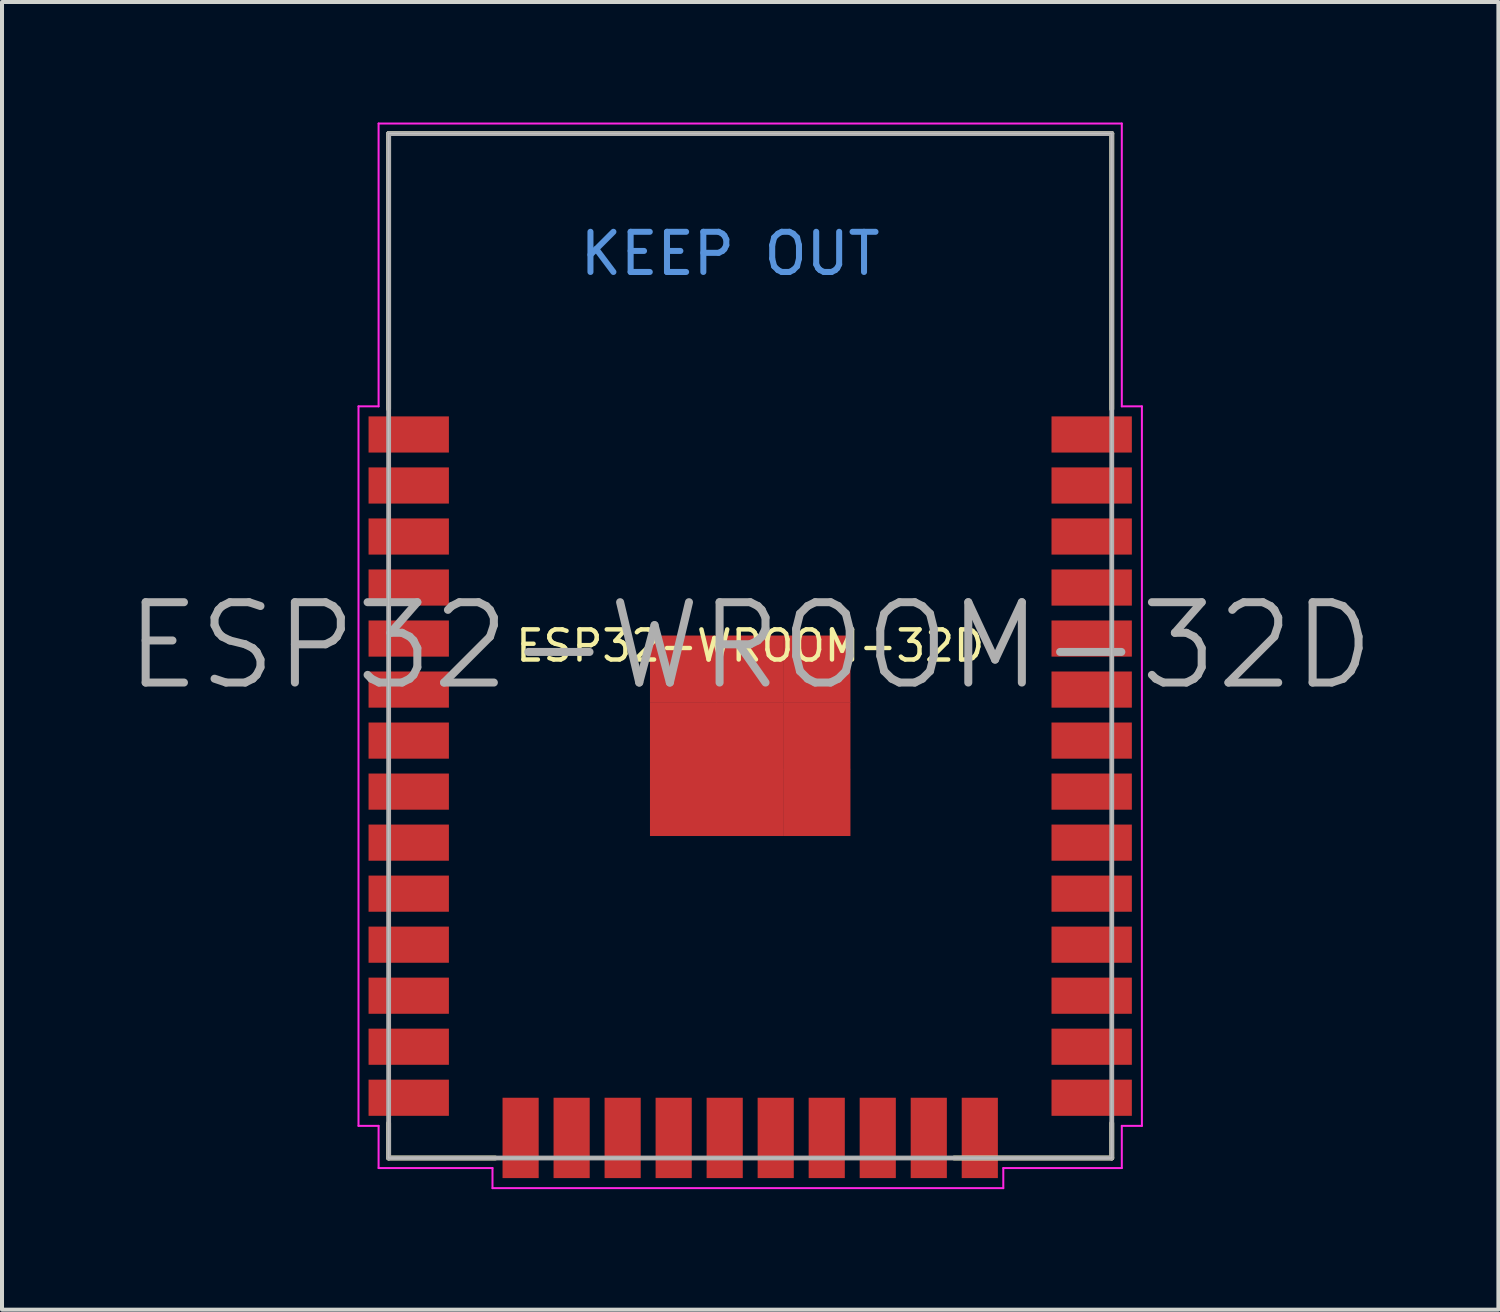
<source format=kicad_pcb>
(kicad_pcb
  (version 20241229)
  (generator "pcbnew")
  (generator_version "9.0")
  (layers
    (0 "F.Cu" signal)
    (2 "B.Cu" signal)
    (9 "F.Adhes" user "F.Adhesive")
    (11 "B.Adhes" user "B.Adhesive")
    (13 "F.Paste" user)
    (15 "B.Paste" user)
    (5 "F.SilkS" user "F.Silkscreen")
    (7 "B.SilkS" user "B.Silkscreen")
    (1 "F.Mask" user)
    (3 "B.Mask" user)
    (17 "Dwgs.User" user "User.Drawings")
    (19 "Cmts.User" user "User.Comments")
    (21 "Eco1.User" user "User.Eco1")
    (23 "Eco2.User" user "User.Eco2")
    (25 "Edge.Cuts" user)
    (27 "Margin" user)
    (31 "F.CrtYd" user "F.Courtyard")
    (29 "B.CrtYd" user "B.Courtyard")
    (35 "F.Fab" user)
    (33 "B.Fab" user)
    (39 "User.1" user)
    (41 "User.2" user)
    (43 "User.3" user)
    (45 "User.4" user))
  (footprint "ESP32-WROOM-32D"
    (layer "F.Cu")
    (at 15.624 15.265)
    (property "Reference" "ESP32-WROOM-32D" (at 0 -2.24 0) (layer "F.SilkS") (effects (font (size 0.75 0.75) (thickness 0.11))))
    (attr smd)
    (fp_poly (pts (xy 2.4 2.4) (xy 2.4 -2.4) (xy -2.4 -2.4) (xy -2.4 2.4)) (stroke (width 0.1) (type solid)) (fill yes) (layer "F.Mask"))
    (fp_line (start -9 -14.99) (end 9 -14.99) (stroke (width 0.12) (type solid)) (layer "F.SilkS"))
    (fp_line (start -9 -8.13) (end -9 -14.99) (stroke (width 0.12) (type solid)) (layer "F.SilkS"))
    (fp_line (start -9 10.51) (end -9 9.64) (stroke (width 0.12) (type solid)) (layer "F.SilkS"))
    (fp_line (start -6.345 10.51) (end -9 10.51) (stroke (width 0.12) (type solid)) (layer "F.SilkS"))
    (fp_line (start 9 -14.99) (end 9 -8.13) (stroke (width 0.12) (type solid)) (layer "F.SilkS"))
    (fp_line (start 9 9.64) (end 9 10.51) (stroke (width 0.12) (type solid)) (layer "F.SilkS"))
    (fp_line (start 9 10.51) (end 5.075 10.51) (stroke (width 0.12) (type solid)) (layer "F.SilkS"))
    (fp_line (start -9 -14.99) (end 9 -14.99) (stroke (width 0.025) (type solid)) (layer "Dwgs.User"))
    (fp_line (start -9 10.51) (end -9 -14.99) (stroke (width 0.025) (type solid)) (layer "Dwgs.User"))
    (fp_line (start 9 -14.99) (end 9 10.51) (stroke (width 0.025) (type solid)) (layer "Dwgs.User"))
    (fp_line (start 9 10.51) (end -9 10.51) (stroke (width 0.025) (type solid)) (layer "Dwgs.User"))
    (fp_poly (pts (xy -9 -15) (xy 9 -15) (xy 9 -8.3) (xy -9 -8.3)) (stroke (width 0.001) (type solid)) (fill no) (layer "Eco1.User"))
    (fp_line (start -9.75 -8.2) (end -9.75 9.71) (stroke (width 0.05) (type solid)) (layer "F.CrtYd"))
    (fp_line (start -9.75 9.71) (end -9.25 9.71) (stroke (width 0.05) (type solid)) (layer "F.CrtYd"))
    (fp_line (start -9.25 -15.24) (end -9.25 -8.2) (stroke (width 0.05) (type solid)) (layer "F.CrtYd"))
    (fp_line (start -9.25 -8.2) (end -9.75 -8.2) (stroke (width 0.05) (type solid)) (layer "F.CrtYd"))
    (fp_line (start -9.25 9.71) (end -9.25 10.76) (stroke (width 0.05) (type solid)) (layer "F.CrtYd"))
    (fp_line (start -9.25 10.76) (end -6.415 10.76) (stroke (width 0.05) (type solid)) (layer "F.CrtYd"))
    (fp_line (start -6.415 10.76) (end -6.415 11.26) (stroke (width 0.05) (type solid)) (layer "F.CrtYd"))
    (fp_line (start -6.415 11.26) (end 6.3 11.26) (stroke (width 0.05) (type solid)) (layer "F.CrtYd"))
    (fp_line (start 6.3 10.76) (end 9.25 10.76) (stroke (width 0.05) (type solid)) (layer "F.CrtYd"))
    (fp_line (start 6.3 11.26) (end 6.3 10.76) (stroke (width 0.05) (type solid)) (layer "F.CrtYd"))
    (fp_line (start 9.25 -15.24) (end -9.25 -15.24) (stroke (width 0.05) (type solid)) (layer "F.CrtYd"))
    (fp_line (start 9.25 -8.2) (end 9.25 -15.24) (stroke (width 0.05) (type solid)) (layer "F.CrtYd"))
    (fp_line (start 9.25 9.71) (end 9.75 9.71) (stroke (width 0.05) (type solid)) (layer "F.CrtYd"))
    (fp_line (start 9.25 10.76) (end 9.25 9.71) (stroke (width 0.05) (type solid)) (layer "F.CrtYd"))
    (fp_line (start 9.75 -8.2) (end 9.25 -8.2) (stroke (width 0.05) (type solid)) (layer "F.CrtYd"))
    (fp_line (start 9.75 9.71) (end 9.75 -8.2) (stroke (width 0.05) (type solid)) (layer "F.CrtYd"))
    (fp_line (start -9 -14.99) (end 9 -14.99) (stroke (width 0.12) (type solid)) (layer "F.Fab"))
    (fp_line (start -9 10.51) (end -9 -14.99) (stroke (width 0.12) (type solid)) (layer "F.Fab"))
    (fp_line (start 9 -14.99) (end 9 10.51) (stroke (width 0.12) (type solid)) (layer "F.Fab"))
    (fp_line (start 9 10.51) (end -9 10.51) (stroke (width 0.12) (type solid)) (layer "F.Fab"))
    (fp_text user "KEEP OUT" (at -0.5 -12 0) (layer "Cmts.User") (effects (font (size 1 1) (thickness 0.15))))
    (fp_text user "${REFERENCE}" (at 0 -2.24 0) (layer "F.Fab") (effects (font (size 2 2) (thickness 0.2))))
    (pad "" smd roundrect (at -1.66 -1.66) (size 1.44 1.44) (layers "F.Paste") (roundrect_rratio 0.25))
    (pad "" smd roundrect (at -1.66 0) (size 1.44 1.44) (layers "F.Paste") (roundrect_rratio 0.25))
    (pad "" smd roundrect (at -1.66 1.66) (size 1.44 1.44) (layers "F.Paste") (roundrect_rratio 0.25))
    (pad "" smd roundrect (at 0 -1.66) (size 1.44 1.44) (layers "F.Paste") (roundrect_rratio 0.25))
    (pad "" smd roundrect (at 0 0) (size 1.44 1.44) (layers "F.Paste") (roundrect_rratio 0.25))
    (pad "" smd roundrect (at 0 1.66) (size 1.44 1.44) (layers "F.Paste") (roundrect_rratio 0.25))
    (pad "" smd roundrect (at 1.66 -1.66) (size 1.44 1.44) (layers "F.Paste") (roundrect_rratio 0.25))
    (pad "" smd roundrect (at 1.66 0) (size 1.44 1.44) (layers "F.Paste") (roundrect_rratio 0.25))
    (pad "" smd roundrect (at 1.66 1.66) (size 1.44 1.44) (layers "F.Paste") (roundrect_rratio 0.25))
    (pad "1" smd rect (at -8.5 -7.5) (size 2 0.9) (layers "F.Cu" "F.Mask" "F.Paste"))
    (pad "2" smd rect (at -8.5 -6.23) (size 2 0.9) (layers "F.Cu" "F.Mask" "F.Paste"))
    (pad "3" smd rect (at -8.5 -4.96) (size 2 0.9) (layers "F.Cu" "F.Mask" "F.Paste"))
    (pad "4" smd rect (at -8.5 -3.69) (size 2 0.9) (layers "F.Cu" "F.Mask" "F.Paste"))
    (pad "5" smd rect (at -8.5 -2.42) (size 2 0.9) (layers "F.Cu" "F.Mask" "F.Paste"))
    (pad "6" smd rect (at -8.5 -1.15) (size 2 0.9) (layers "F.Cu" "F.Mask" "F.Paste"))
    (pad "7" smd rect (at -8.5 0.12) (size 2 0.9) (layers "F.Cu" "F.Mask" "F.Paste"))
    (pad "8" smd rect (at -8.5 1.39) (size 2 0.9) (layers "F.Cu" "F.Mask" "F.Paste"))
    (pad "9" smd rect (at -8.5 2.66) (size 2 0.9) (layers "F.Cu" "F.Mask" "F.Paste"))
    (pad "10" smd rect (at -8.5 3.93) (size 2 0.9) (layers "F.Cu" "F.Mask" "F.Paste"))
    (pad "11" smd rect (at -8.5 5.2) (size 2 0.9) (layers "F.Cu" "F.Mask" "F.Paste"))
    (pad "12" smd rect (at -8.5 6.47) (size 2 0.9) (layers "F.Cu" "F.Mask" "F.Paste"))
    (pad "13" smd rect (at -8.5 7.74) (size 2 0.9) (layers "F.Cu" "F.Mask" "F.Paste"))
    (pad "14" smd rect (at -8.5 9.01) (size 2 0.9) (layers "F.Cu" "F.Mask" "F.Paste"))
    (pad "15" smd rect (at -5.715 10.01 90) (size 2 0.9) (layers "F.Cu" "F.Mask" "F.Paste"))
    (pad "16" smd rect (at -4.445 10.01 90) (size 2 0.9) (layers "F.Cu" "F.Mask" "F.Paste"))
    (pad "17" smd rect (at -3.175 10.01 90) (size 2 0.9) (layers "F.Cu" "F.Mask" "F.Paste"))
    (pad "18" smd rect (at -1.905 10.01 90) (size 2 0.9) (layers "F.Cu" "F.Mask" "F.Paste"))
    (pad "19" smd rect (at -0.635 10.01 90) (size 2 0.9) (layers "F.Cu" "F.Mask" "F.Paste"))
    (pad "20" smd rect (at 0.635 10.01 90) (size 2 0.9) (layers "F.Cu" "F.Mask" "F.Paste"))
    (pad "21" smd rect (at 1.905 10.01 90) (size 2 0.9) (layers "F.Cu" "F.Mask" "F.Paste"))
    (pad "22" smd rect (at 3.175 10.01 90) (size 2 0.9) (layers "F.Cu" "F.Mask" "F.Paste"))
    (pad "23" smd rect (at 4.445 10.01 90) (size 2 0.9) (layers "F.Cu" "F.Mask" "F.Paste"))
    (pad "24" smd rect (at 5.715 10.01 90) (size 2 0.9) (layers "F.Cu" "F.Mask" "F.Paste"))
    (pad "25" smd rect (at 8.5 9.01) (size 2 0.9) (layers "F.Cu" "F.Mask" "F.Paste"))
    (pad "26" smd rect (at 8.5 7.74) (size 2 0.9) (layers "F.Cu" "F.Mask" "F.Paste"))
    (pad "27" smd rect (at 8.5 6.47) (size 2 0.9) (layers "F.Cu" "F.Mask" "F.Paste"))
    (pad "28" smd rect (at 8.5 5.2) (size 2 0.9) (layers "F.Cu" "F.Mask" "F.Paste"))
    (pad "29" smd rect (at 8.5 3.93) (size 2 0.9) (layers "F.Cu" "F.Mask" "F.Paste"))
    (pad "30" smd rect (at 8.5 2.66) (size 2 0.9) (layers "F.Cu" "F.Mask" "F.Paste"))
    (pad "31" smd rect (at 8.5 1.39) (size 2 0.9) (layers "F.Cu" "F.Mask" "F.Paste"))
    (pad "32" smd rect (at 8.5 0.12) (size 2 0.9) (layers "F.Cu" "F.Mask" "F.Paste"))
    (pad "33" smd rect (at 8.5 -1.15) (size 2 0.9) (layers "F.Cu" "F.Mask" "F.Paste"))
    (pad "34" smd rect (at 8.5 -2.42) (size 2 0.9) (layers "F.Cu" "F.Mask" "F.Paste"))
    (pad "35" smd rect (at 8.5 -3.69) (size 2 0.9) (layers "F.Cu" "F.Mask" "F.Paste"))
    (pad "36" smd rect (at 8.5 -4.96) (size 2 0.9) (layers "F.Cu" "F.Mask" "F.Paste"))
    (pad "37" smd rect (at 8.5 -6.23) (size 2 0.9) (layers "F.Cu" "F.Mask" "F.Paste"))
    (pad "38" smd rect (at 8.5 -7.5) (size 2 0.9) (layers "F.Cu" "F.Mask" "F.Paste"))
    (pad "39" smd rect (at -1.66 -1.66) (size 1.67 1.67) (layers "F.Cu" "F.Paste"))
    (pad "39" smd rect (at -1.66 0) (size 1.67 1.67) (layers "F.Cu" "F.Paste"))
    (pad "39" smd rect (at -1.66 1.66) (size 1.67 1.67) (layers "F.Cu" "F.Paste"))
    (pad "39" smd rect (at 0 -1.66) (size 1.67 1.67) (layers "F.Cu" "F.Paste"))
    (pad "39" smd rect (at 0 0) (size 1.67 1.67) (layers "F.Cu" "F.Paste"))
    (pad "39" smd rect (at 0 1.66) (size 1.67 1.67) (layers "F.Cu" "F.Paste"))
    (pad "39" smd rect (at 1.66 -1.66) (size 1.67 1.67) (layers "F.Cu" "F.Paste"))
    (pad "39" smd rect (at 1.66 0) (size 1.67 1.67) (layers "F.Cu" "F.Paste"))
    (pad "39" smd rect (at 1.66 1.66) (size 1.67 1.67) (layers "F.Cu" "F.Paste")))
  (gr_rect
    (start -3 -3)
    (end 34.248 29.55)
    (stroke (width 0.1) (type default))
    (fill no)
    (layer "Edge.Cuts")))
</source>
